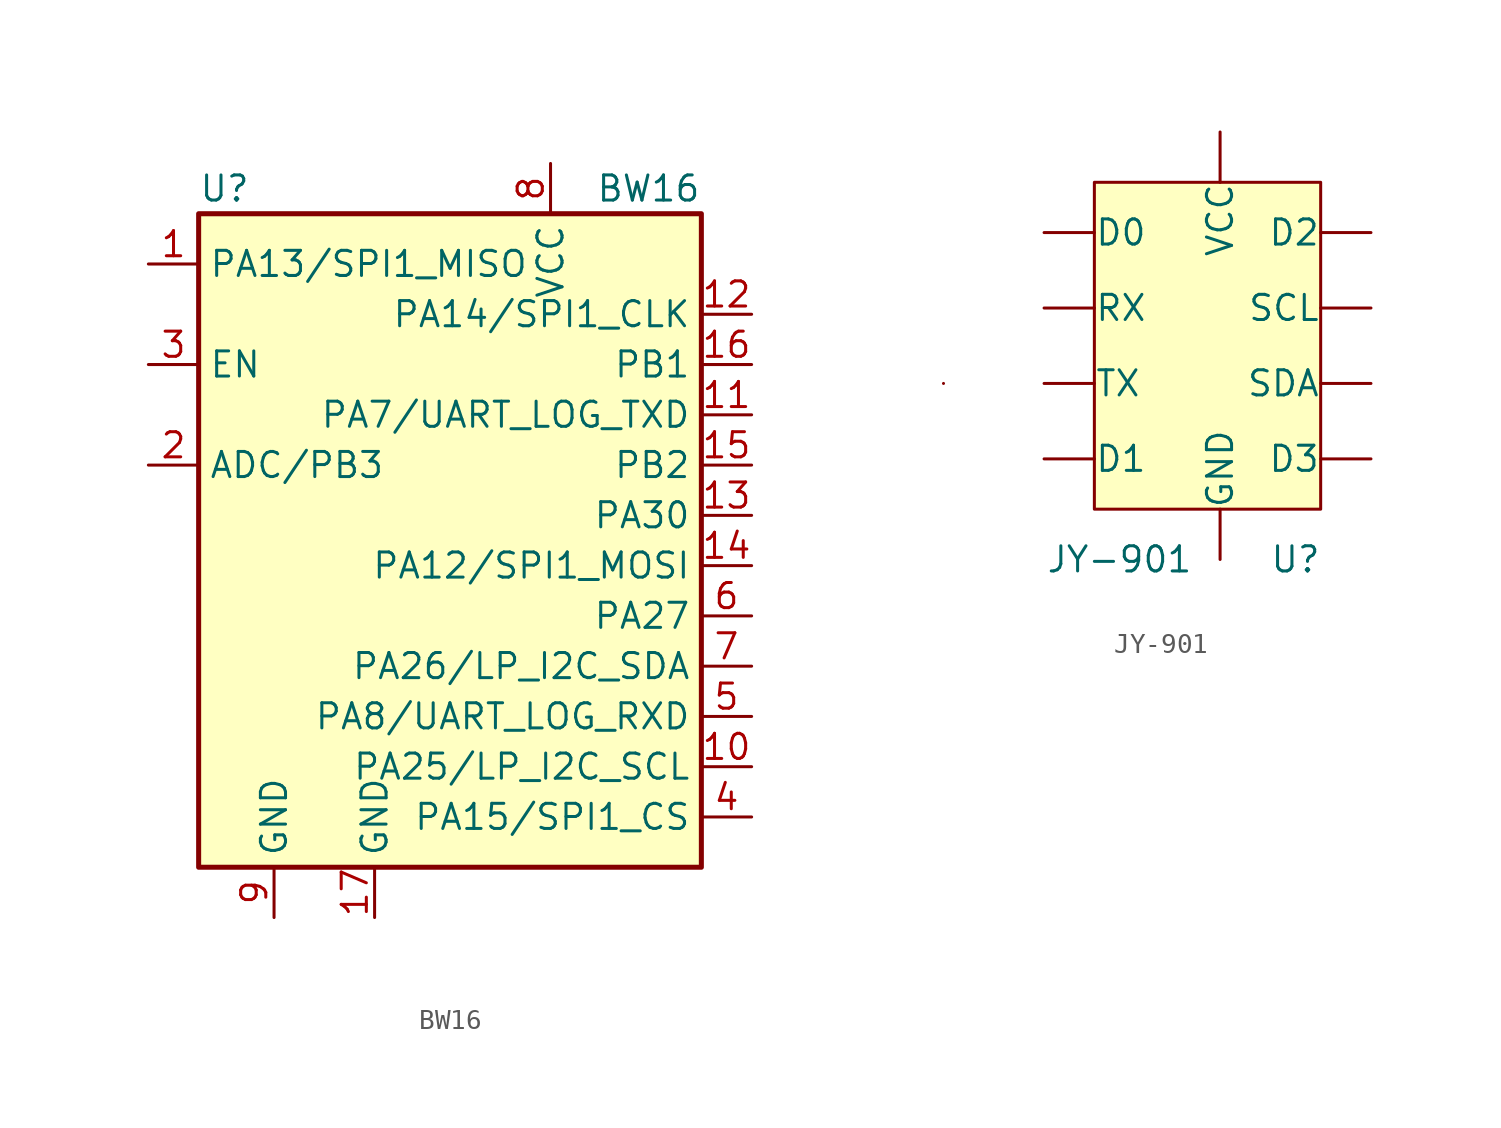
<source format=kicad_sym>
(kicad_symbol_lib
  (version 20211014)
  (generator kicad_symbol_editor)
  (symbol "BW16"
    (property "Reference" "U"
      (at -12.7 19.05 0)
      (effects (font (size 1.27 1.27)) (justify left)))
    (property "Value" "BW16"
      (at 12.7 19.05 0)
      (effects (font (size 1.27 1.27)) (justify right)))
    (symbol "BW16_0_0"
      (pin power_in line (at -3.81 -17.78 90) (length 2.54) (name "GND" (effects (font (size 1.27 1.27)))) (number "17" (effects (font (size 1.27 1.27))))))
    (symbol "BW16_0_1"
      (rectangle (start -12.7 17.78) (end 12.7 -15.24) (stroke (width 0.254) (type default) (color 0 0 0 0)) (fill (type background))))
    (symbol "BW16_1_1"
      (pin bidirectional line (at -15.24 15.24 0) (length 2.54) (name "PA13/SPI1_MISO" (effects (font (size 1.27 1.27)))) (number "1" (effects (font (size 1.27 1.27)))))
      (pin bidirectional line (at 15.24 -10.16 180) (length 2.54) (name "PA25/LP_I2C_SCL" (effects (font (size 1.27 1.27)))) (number "10" (effects (font (size 1.27 1.27)))))
      (pin bidirectional line (at 15.24 7.62 180) (length 2.54) (name "PA7/UART_LOG_TXD" (effects (font (size 1.27 1.27)))) (number "11" (effects (font (size 1.27 1.27)))))
      (pin bidirectional line (at 15.24 12.7 180) (length 2.54) (name "PA14/SPI1_CLK" (effects (font (size 1.27 1.27)))) (number "12" (effects (font (size 1.27 1.27)))))
      (pin bidirectional line (at 15.24 2.54 180) (length 2.54) (name "PA30" (effects (font (size 1.27 1.27)))) (number "13" (effects (font (size 1.27 1.27)))))
      (pin bidirectional line (at 15.24 0 180) (length 2.54) (name "PA12/SPI1_MOSI" (effects (font (size 1.27 1.27)))) (number "14" (effects (font (size 1.27 1.27)))))
      (pin bidirectional line (at 15.24 5.08 180) (length 2.54) (name "PB2" (effects (font (size 1.27 1.27)))) (number "15" (effects (font (size 1.27 1.27)))))
      (pin bidirectional line (at 15.24 10.16 180) (length 2.54) (name "PB1" (effects (font (size 1.27 1.27)))) (number "16" (effects (font (size 1.27 1.27)))))
      (pin bidirectional line (at -15.24 5.08 0) (length 2.54) (name "ADC/PB3" (effects (font (size 1.27 1.27)))) (number "2" (effects (font (size 1.27 1.27)))))
      (pin input line (at -15.24 10.16 0) (length 2.54) (name "EN" (effects (font (size 1.27 1.27)))) (number "3" (effects (font (size 1.27 1.27)))))
      (pin bidirectional line (at 15.24 -12.7 180) (length 2.54) (name "PA15/SPI1_CS" (effects (font (size 1.27 1.27)))) (number "4" (effects (font (size 1.27 1.27)))))
      (pin bidirectional line (at 15.24 -7.62 180) (length 2.54) (name "PA8/UART_LOG_RXD" (effects (font (size 1.27 1.27)))) (number "5" (effects (font (size 1.27 1.27)))))
      (pin bidirectional line (at 15.24 -2.54 180) (length 2.54) (name "PA27" (effects (font (size 1.27 1.27)))) (number "6" (effects (font (size 1.27 1.27)))))
      (pin bidirectional line (at 15.24 -5.08 180) (length 2.54) (name "PA26/LP_I2C_SDA" (effects (font (size 1.27 1.27)))) (number "7" (effects (font (size 1.27 1.27)))))
      (pin power_in line (at 5.08 20.32 270) (length 2.54) (name "VCC" (effects (font (size 1.27 1.27)))) (number "8" (effects (font (size 1.27 1.27)))))
      (pin power_in line (at -8.89 -17.78 90) (length 2.54) (name "GND" (effects (font (size 1.27 1.27)))) (number "9" (effects (font (size 1.27 1.27)))))))
  (symbol "JY-901"
    (pin_numbers hide)
    (pin_names
      (offset 0.002))
    (property "Reference" "U"
      (at 20.32 -1.27 0)
      (effects (font (size 1.27 1.27))))
    (property "Value" "JY-901"
      (at 11.43 -1.27 0)
      (effects (font (size 1.27 1.27))))
    (symbol "JY-901_0_1"
      (rectangle (start 2.54 7.62) (end 2.54 7.62) (stroke (width 0) (type default) (color 0 0 0 0)) (fill (type none)))
      (rectangle (start 10.16 17.78) (end 21.59 1.27) (stroke (width 0) (type default) (color 0 0 0 0)) (fill (type background))))
    (symbol "JY-901_1_1"
      (pin input line (at 7.62 15.24 0) (length 2.54) (name "D0" (effects (font (size 1.27 1.27)))) (number "" (effects (font (size 1.27 1.27)))))
      (pin input line (at 7.62 3.81 0) (length 2.54) (name "D1" (effects (font (size 1.27 1.27)))) (number "" (effects (font (size 1.27 1.27)))))
      (pin input line (at 24.13 15.24 180) (length 2.54) (name "D2" (effects (font (size 1.27 1.27)))) (number "" (effects (font (size 1.27 1.27)))))
      (pin input line (at 24.13 3.81 180) (length 2.54) (name "D3" (effects (font (size 1.27 1.27)))) (number "" (effects (font (size 1.27 1.27)))))
      (pin power_in line (at 16.51 -1.27 90) (length 2.54) (name "GND" (effects (font (size 1.27 1.27)))) (number "" (effects (font (size 1.27 1.27)))))
      (pin input line (at 7.62 11.43 0) (length 2.54) (name "RX" (effects (font (size 1.27 1.27)))) (number "" (effects (font (size 1.27 1.27)))))
      (pin input line (at 24.13 11.43 180) (length 2.54) (name "SCL" (effects (font (size 1.27 1.27)))) (number "" (effects (font (size 1.27 1.27)))))
      (pin input line (at 24.13 7.62 180) (length 2.54) (name "SDA" (effects (font (size 1.27 1.27)))) (number "" (effects (font (size 1.27 1.27)))))
      (pin input line (at 7.62 7.62 0) (length 2.54) (name "TX" (effects (font (size 1.27 1.27)))) (number "" (effects (font (size 1.27 1.27)))))
      (pin power_in line (at 16.51 20.32 270) (length 2.54) (name "VCC" (effects (font (size 1.27 1.27)))) (number "" (effects (font (size 1.27 1.27))))))))
</source>
